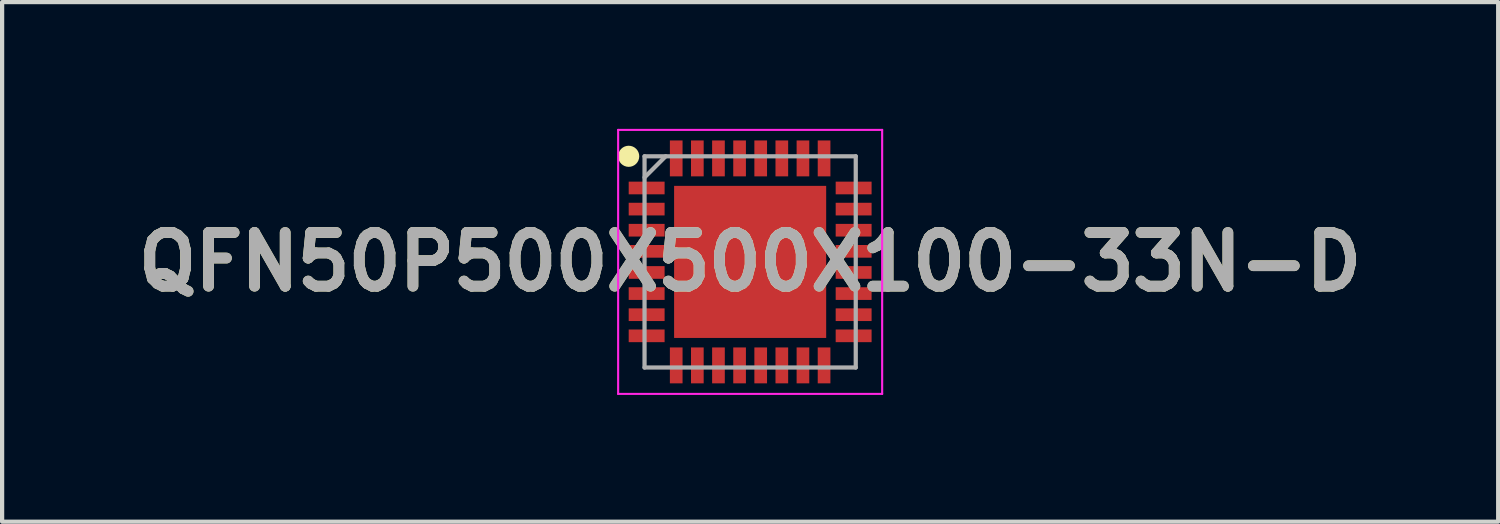
<source format=kicad_pcb>
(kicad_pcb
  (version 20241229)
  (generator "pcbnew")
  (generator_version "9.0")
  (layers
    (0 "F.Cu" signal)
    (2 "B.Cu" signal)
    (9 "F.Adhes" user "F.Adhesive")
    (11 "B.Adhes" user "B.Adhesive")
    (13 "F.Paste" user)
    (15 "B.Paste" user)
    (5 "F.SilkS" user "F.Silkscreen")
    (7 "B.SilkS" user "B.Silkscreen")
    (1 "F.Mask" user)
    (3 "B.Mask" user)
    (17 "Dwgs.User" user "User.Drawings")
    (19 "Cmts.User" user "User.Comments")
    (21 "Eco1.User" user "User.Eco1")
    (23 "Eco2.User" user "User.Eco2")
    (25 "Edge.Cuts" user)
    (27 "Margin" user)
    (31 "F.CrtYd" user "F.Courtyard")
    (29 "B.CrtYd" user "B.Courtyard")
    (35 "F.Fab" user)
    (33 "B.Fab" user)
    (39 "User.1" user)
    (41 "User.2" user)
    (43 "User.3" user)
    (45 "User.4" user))
  (footprint "QFN50P500X500X100-33N-D"
    (layer "F.Cu")
    (at 14.708 3.15)
    (property "Reference" "QFN50P500X500X100-33N-D" (at 0 0 0) (layer "F.SilkS") (effects (font (size 1.27 1.27) (thickness 0.254))))
    (attr smd)
    (fp_circle (center -2.875 -2.5) (end -2.875 -2.375) (stroke (width 0.25) (type solid)) (fill no) (layer "F.SilkS"))
    (fp_line (start -3.125 -3.125) (end 3.125 -3.125) (stroke (width 0.05) (type solid)) (layer "F.CrtYd"))
    (fp_line (start -3.125 3.125) (end -3.125 -3.125) (stroke (width 0.05) (type solid)) (layer "F.CrtYd"))
    (fp_line (start 3.125 -3.125) (end 3.125 3.125) (stroke (width 0.05) (type solid)) (layer "F.CrtYd"))
    (fp_line (start 3.125 3.125) (end -3.125 3.125) (stroke (width 0.05) (type solid)) (layer "F.CrtYd"))
    (fp_line (start -2.5 -2.5) (end 2.5 -2.5) (stroke (width 0.1) (type solid)) (layer "F.Fab"))
    (fp_line (start -2.5 -2) (end -2 -2.5) (stroke (width 0.1) (type solid)) (layer "F.Fab"))
    (fp_line (start -2.5 2.5) (end -2.5 -2.5) (stroke (width 0.1) (type solid)) (layer "F.Fab"))
    (fp_line (start 2.5 -2.5) (end 2.5 2.5) (stroke (width 0.1) (type solid)) (layer "F.Fab"))
    (fp_line (start 2.5 2.5) (end -2.5 2.5) (stroke (width 0.1) (type solid)) (layer "F.Fab"))
    (fp_text user "${REFERENCE}" (at 0 0 0) (layer "F.Fab") (effects (font (size 1.27 1.27) (thickness 0.254))))
    (pad "1" smd rect (at -2.45 -1.75 90) (size 0.3 0.85) (layers "F.Cu" "F.Mask" "F.Paste"))
    (pad "2" smd rect (at -2.45 -1.25 90) (size 0.3 0.85) (layers "F.Cu" "F.Mask" "F.Paste"))
    (pad "3" smd rect (at -2.45 -0.75 90) (size 0.3 0.85) (layers "F.Cu" "F.Mask" "F.Paste"))
    (pad "4" smd rect (at -2.45 -0.25 90) (size 0.3 0.85) (layers "F.Cu" "F.Mask" "F.Paste"))
    (pad "5" smd rect (at -2.45 0.25 90) (size 0.3 0.85) (layers "F.Cu" "F.Mask" "F.Paste"))
    (pad "6" smd rect (at -2.45 0.75 90) (size 0.3 0.85) (layers "F.Cu" "F.Mask" "F.Paste"))
    (pad "7" smd rect (at -2.45 1.25 90) (size 0.3 0.85) (layers "F.Cu" "F.Mask" "F.Paste"))
    (pad "8" smd rect (at -2.45 1.75 90) (size 0.3 0.85) (layers "F.Cu" "F.Mask" "F.Paste"))
    (pad "9" smd rect (at -1.75 2.45) (size 0.3 0.85) (layers "F.Cu" "F.Mask" "F.Paste"))
    (pad "10" smd rect (at -1.25 2.45) (size 0.3 0.85) (layers "F.Cu" "F.Mask" "F.Paste"))
    (pad "11" smd rect (at -0.75 2.45) (size 0.3 0.85) (layers "F.Cu" "F.Mask" "F.Paste"))
    (pad "12" smd rect (at -0.25 2.45) (size 0.3 0.85) (layers "F.Cu" "F.Mask" "F.Paste"))
    (pad "13" smd rect (at 0.25 2.45) (size 0.3 0.85) (layers "F.Cu" "F.Mask" "F.Paste"))
    (pad "14" smd rect (at 0.75 2.45) (size 0.3 0.85) (layers "F.Cu" "F.Mask" "F.Paste"))
    (pad "15" smd rect (at 1.25 2.45) (size 0.3 0.85) (layers "F.Cu" "F.Mask" "F.Paste"))
    (pad "16" smd rect (at 1.75 2.45) (size 0.3 0.85) (layers "F.Cu" "F.Mask" "F.Paste"))
    (pad "17" smd rect (at 2.45 1.75 90) (size 0.3 0.85) (layers "F.Cu" "F.Mask" "F.Paste"))
    (pad "18" smd rect (at 2.45 1.25 90) (size 0.3 0.85) (layers "F.Cu" "F.Mask" "F.Paste"))
    (pad "19" smd rect (at 2.45 0.75 90) (size 0.3 0.85) (layers "F.Cu" "F.Mask" "F.Paste"))
    (pad "20" smd rect (at 2.45 0.25 90) (size 0.3 0.85) (layers "F.Cu" "F.Mask" "F.Paste"))
    (pad "21" smd rect (at 2.45 -0.25 90) (size 0.3 0.85) (layers "F.Cu" "F.Mask" "F.Paste"))
    (pad "22" smd rect (at 2.45 -0.75 90) (size 0.3 0.85) (layers "F.Cu" "F.Mask" "F.Paste"))
    (pad "23" smd rect (at 2.45 -1.25 90) (size 0.3 0.85) (layers "F.Cu" "F.Mask" "F.Paste"))
    (pad "24" smd rect (at 2.45 -1.75 90) (size 0.3 0.85) (layers "F.Cu" "F.Mask" "F.Paste"))
    (pad "25" smd rect (at 1.75 -2.45) (size 0.3 0.85) (layers "F.Cu" "F.Mask" "F.Paste"))
    (pad "26" smd rect (at 1.25 -2.45) (size 0.3 0.85) (layers "F.Cu" "F.Mask" "F.Paste"))
    (pad "27" smd rect (at 0.75 -2.45) (size 0.3 0.85) (layers "F.Cu" "F.Mask" "F.Paste"))
    (pad "28" smd rect (at 0.25 -2.45) (size 0.3 0.85) (layers "F.Cu" "F.Mask" "F.Paste"))
    (pad "29" smd rect (at -0.25 -2.45) (size 0.3 0.85) (layers "F.Cu" "F.Mask" "F.Paste"))
    (pad "30" smd rect (at -0.75 -2.45) (size 0.3 0.85) (layers "F.Cu" "F.Mask" "F.Paste"))
    (pad "31" smd rect (at -1.25 -2.45) (size 0.3 0.85) (layers "F.Cu" "F.Mask" "F.Paste"))
    (pad "32" smd rect (at -1.75 -2.45) (size 0.3 0.85) (layers "F.Cu" "F.Mask" "F.Paste"))
    (pad "33" smd rect (at 0 0) (size 3.6 3.6) (layers "F.Cu" "F.Mask" "F.Paste")))
  (gr_rect
    (start -3 -3)
    (end 32.416 9.3)
    (stroke (width 0.1) (type default))
    (fill no)
    (layer "Edge.Cuts")))
</source>
